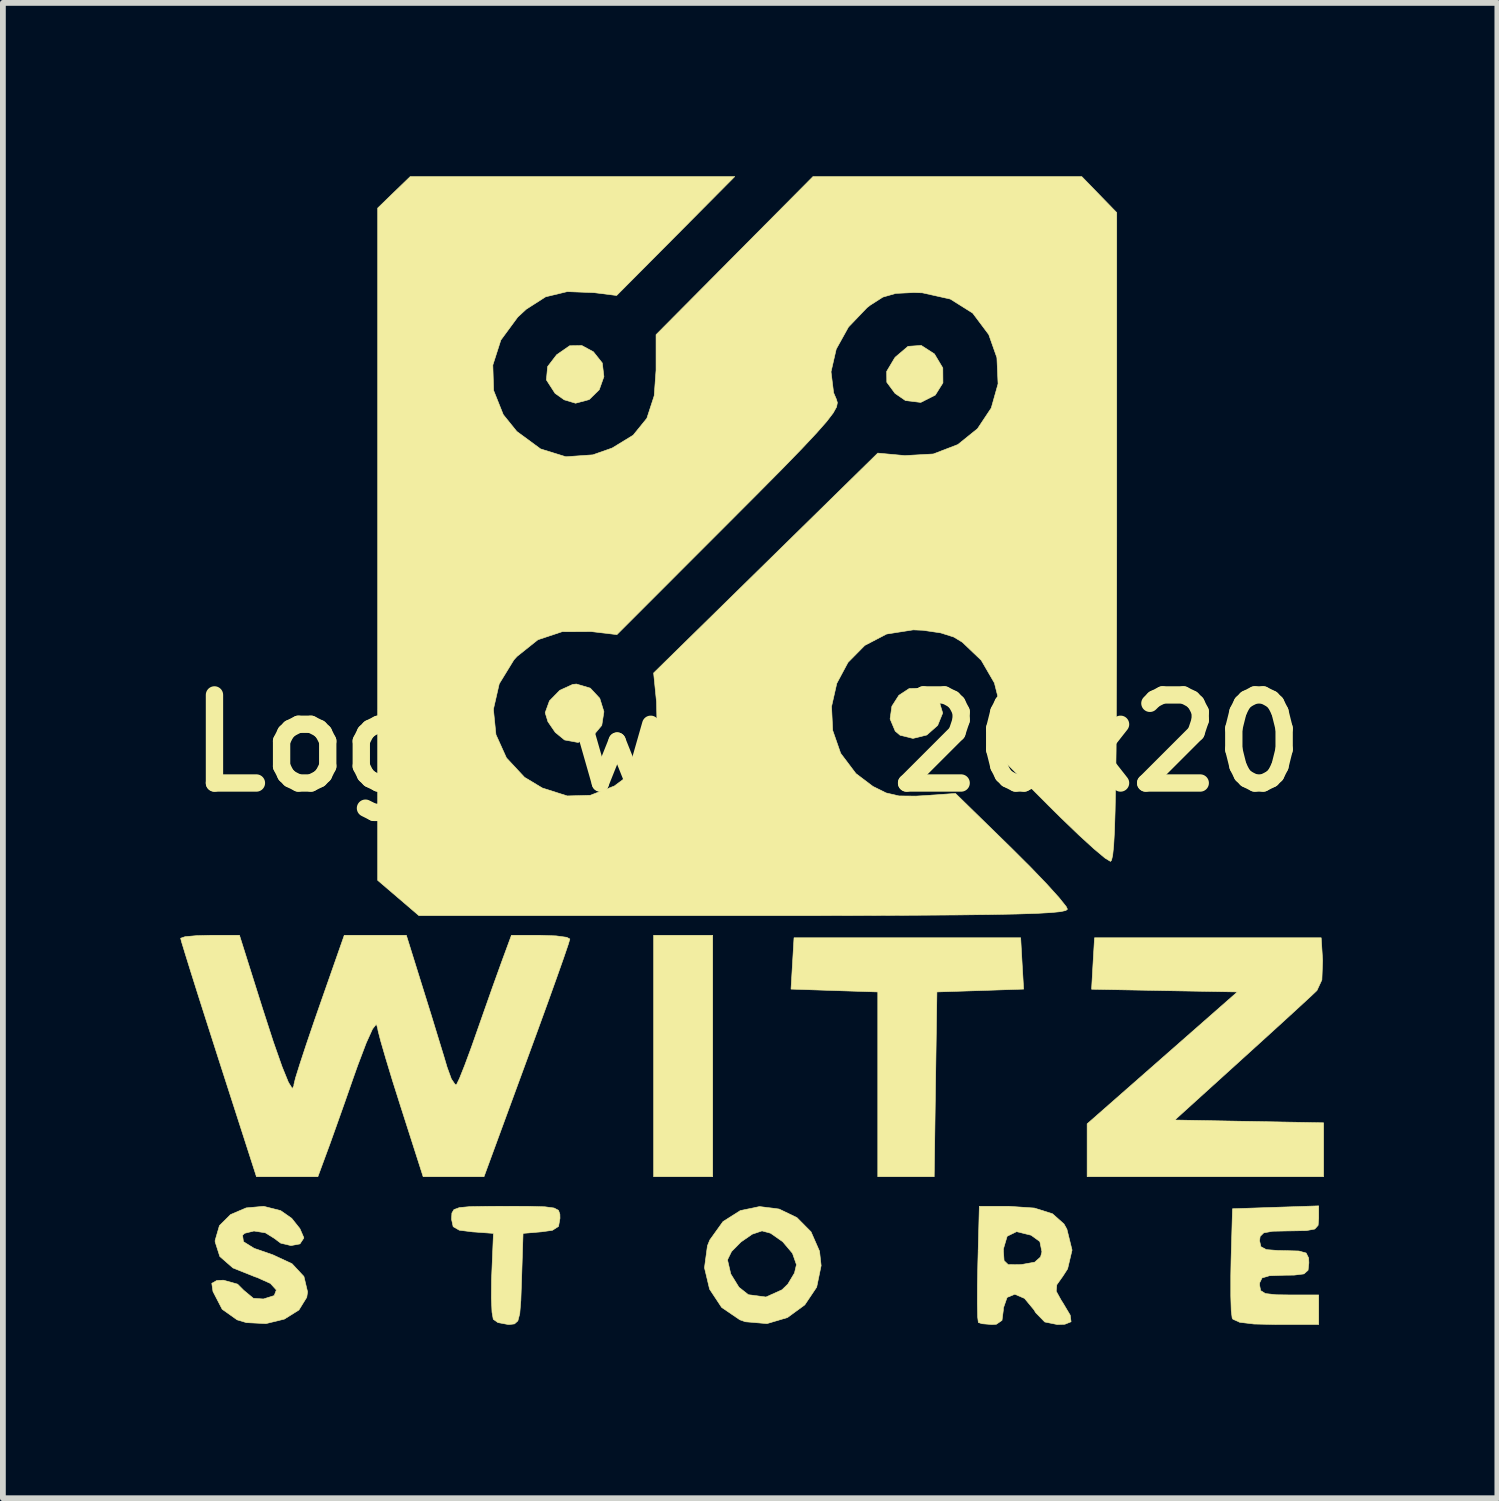
<source format=kicad_pcb>
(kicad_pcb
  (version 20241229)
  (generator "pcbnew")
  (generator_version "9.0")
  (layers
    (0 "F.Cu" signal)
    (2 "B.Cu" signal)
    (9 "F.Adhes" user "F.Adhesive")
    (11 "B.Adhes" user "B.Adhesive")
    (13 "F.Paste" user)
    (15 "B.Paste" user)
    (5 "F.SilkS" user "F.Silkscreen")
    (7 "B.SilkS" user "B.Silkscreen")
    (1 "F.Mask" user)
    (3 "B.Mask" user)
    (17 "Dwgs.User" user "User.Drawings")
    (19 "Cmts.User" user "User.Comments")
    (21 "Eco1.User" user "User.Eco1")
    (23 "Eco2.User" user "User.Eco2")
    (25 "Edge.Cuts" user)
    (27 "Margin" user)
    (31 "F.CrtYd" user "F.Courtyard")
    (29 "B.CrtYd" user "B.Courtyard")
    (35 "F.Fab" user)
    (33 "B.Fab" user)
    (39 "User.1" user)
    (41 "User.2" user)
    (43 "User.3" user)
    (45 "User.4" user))
  (footprint "Logo witz 20x20"
    (layer "F.Cu")
    (at 9.877 9.807)
    (property "Reference" "Logo witz 20x20" (at 0 0 0) (layer "F.SilkS") (effects (font (size 1.524 1.524) (thickness 0.3))))
    (attr through_hole)
    (fp_poly (pts (xy -0.597 7.501) (xy -1.619 7.501) (xy -1.619 3.324) (xy -0.597 3.324) (xy -0.597 7.501)) (stroke (width 0.01) (type solid)) (fill yes) (layer "F.SilkS"))
    (fp_poly (pts (xy -2.661 -6.771) (xy -2.507 -6.577) (xy -2.479 -6.341) (xy -2.56 -6.114) (xy -2.734 -5.944) (xy -2.969 -5.881) (xy -3.166 -5.94) (xy -3.324 -6.052) (xy -3.474 -6.284) (xy -3.453 -6.515) (xy -3.297 -6.719) (xy -3.072 -6.875) (xy -2.861 -6.879) (xy -2.661 -6.771)) (stroke (width 0.01) (type solid)) (fill yes) (layer "F.SilkS"))
    (fp_poly (pts (xy 3.106 -0.906) (xy 3.324 -0.714) (xy 3.382 -0.521) (xy 3.295 -0.307) (xy 3.107 -0.141) (xy 2.868 -0.082) (xy 2.645 -0.137) (xy 2.561 -0.208) (xy 2.472 -0.419) (xy 2.503 -0.639) (xy 2.624 -0.828) (xy 2.803 -0.945) (xy 3.01 -0.951) (xy 3.106 -0.906)) (stroke (width 0.01) (type solid)) (fill yes) (layer "F.SilkS"))
    (fp_poly (pts (xy 3.239 -6.734) (xy 3.384 -6.491) (xy 3.386 -6.233) (xy 3.254 -6.022) (xy 3.003 -5.895) (xy 2.738 -5.927) (xy 2.557 -6.052) (xy 2.415 -6.244) (xy 2.413 -6.432) (xy 2.551 -6.664) (xy 2.563 -6.679) (xy 2.782 -6.865) (xy 3.011 -6.881) (xy 3.239 -6.734)) (stroke (width 0.01) (type solid)) (fill yes) (layer "F.SilkS"))
    (fp_poly (pts (xy 4.756 3.811) (xy 4.782 4.255) (xy 4.032 4.28) (xy 3.282 4.304) (xy 3.258 5.903) (xy 3.235 7.501) (xy 2.259 7.501) (xy 2.259 4.304) (xy 1.509 4.28) (xy 0.758 4.255) (xy 0.784 3.811) (xy 0.81 3.367) (xy 4.731 3.367) (xy 4.756 3.811)) (stroke (width 0.01) (type solid)) (fill yes) (layer "F.SilkS"))
    (fp_poly (pts (xy -2.715 -0.952) (xy -2.551 -0.776) (xy -2.479 -0.544) (xy -2.516 -0.308) (xy -2.661 -0.133) (xy -2.926 -0.012) (xy -3.16 -0.055) (xy -3.321 -0.187) (xy -3.448 -0.372) (xy -3.495 -0.527) (xy -3.421 -0.732) (xy -3.243 -0.914) (xy -3.02 -1.016) (xy -2.954 -1.023) (xy -2.715 -0.952)) (stroke (width 0.01) (type solid)) (fill yes) (layer "F.SilkS"))
    (fp_poly (pts (xy 9.955 3.761) (xy 9.942 4.096) (xy 9.857 4.279) (xy 9.757 4.374) (xy 9.552 4.563) (xy 9.266 4.825) (xy 8.921 5.139) (xy 8.565 5.462) (xy 7.397 6.52) (xy 9.972 6.568) (xy 9.972 7.501) (xy 5.881 7.501) (xy 5.881 6.586) (xy 8.48 4.304) (xy 7.219 4.281) (xy 5.958 4.257) (xy 5.983 3.812) (xy 6.009 3.367) (xy 9.93 3.367) (xy 9.955 3.761)) (stroke (width 0.01) (type solid)) (fill yes) (layer "F.SilkS"))
    (fp_poly (pts (xy -3.767 8.013) (xy -3.499 8.021) (xy -3.341 8.042) (xy -3.265 8.082) (xy -3.241 8.149) (xy -3.239 8.22) (xy -3.264 8.36) (xy -3.37 8.428) (xy -3.559 8.454) (xy -3.878 8.481) (xy -3.903 9.269) (xy -3.916 9.639) (xy -3.935 9.87) (xy -3.968 9.995) (xy -4.026 10.047) (xy -4.117 10.058) (xy -4.132 10.058) (xy -4.313 10.024) (xy -4.393 9.967) (xy -4.415 9.845) (xy -4.426 9.599) (xy -4.423 9.276) (xy -4.419 9.179) (xy -4.39 8.481) (xy -4.752 8.455) (xy -4.981 8.426) (xy -5.087 8.365) (xy -5.114 8.242) (xy -5.114 8.22) (xy -5.109 8.129) (xy -5.074 8.07) (xy -4.98 8.035) (xy -4.797 8.018) (xy -4.495 8.013) (xy -4.177 8.012) (xy -3.767 8.013)) (stroke (width 0.01) (type solid)) (fill yes) (layer "F.SilkS"))
    (fp_poly (pts (xy 0.552 8.06) (xy 0.86 8.208) (xy 1.104 8.454) (xy 1.251 8.789) (xy 1.279 9.039) (xy 1.202 9.411) (xy 0.996 9.718) (xy 0.697 9.937) (xy 0.342 10.042) (xy -0.032 10.01) (xy -0.128 9.976) (xy -0.442 9.762) (xy -0.651 9.446) (xy -0.739 9.076) (xy -0.721 8.94) (xy -0.341 8.94) (xy -0.284 9.184) (xy -0.143 9.413) (xy 0.02 9.542) (xy 0.325 9.582) (xy 0.602 9.457) (xy 0.703 9.359) (xy 0.818 9.167) (xy 0.852 9.022) (xy 0.783 8.825) (xy 0.614 8.625) (xy 0.404 8.478) (xy 0.256 8.438) (xy 0.087 8.495) (xy -0.108 8.63) (xy -0.271 8.795) (xy -0.341 8.938) (xy -0.341 8.94) (xy -0.721 8.94) (xy -0.688 8.696) (xy -0.647 8.595) (xy -0.419 8.277) (xy -0.12 8.087) (xy 0.214 8.017) (xy 0.552 8.06)) (stroke (width 0.01) (type solid)) (fill yes) (layer "F.SilkS"))
    (fp_poly (pts (xy 9.887 8.222) (xy 9.877 8.342) (xy 9.819 8.406) (xy 9.673 8.433) (xy 9.4 8.438) (xy 9.376 8.438) (xy 9.09 8.444) (xy 8.936 8.472) (xy 8.874 8.533) (xy 8.864 8.609) (xy 8.887 8.711) (xy 8.982 8.762) (xy 9.192 8.778) (xy 9.291 8.779) (xy 9.544 8.786) (xy 9.67 8.821) (xy 9.713 8.907) (xy 9.717 8.992) (xy 9.703 9.119) (xy 9.632 9.182) (xy 9.462 9.203) (xy 9.291 9.205) (xy 9.035 9.214) (xy 8.907 9.252) (xy 8.866 9.336) (xy 8.864 9.376) (xy 8.883 9.471) (xy 8.965 9.522) (xy 9.149 9.543) (xy 9.376 9.546) (xy 9.887 9.546) (xy 9.887 10.058) (xy 9.16 10.058) (xy 8.765 10.049) (xy 8.52 10.019) (xy 8.403 9.966) (xy 8.39 9.945) (xy 8.374 9.817) (xy 8.366 9.56) (xy 8.366 9.215) (xy 8.371 8.944) (xy 8.396 8.055) (xy 9.141 8.03) (xy 9.887 8.005) (xy 9.887 8.222)) (stroke (width 0.01) (type solid)) (fill yes) (layer "F.SilkS"))
    (fp_poly (pts (xy -8.072 8.087) (xy -7.88 8.221) (xy -7.738 8.4) (xy -7.672 8.552) (xy -7.671 8.562) (xy -7.738 8.663) (xy -7.893 8.692) (xy -8.071 8.65) (xy -8.183 8.566) (xy -8.336 8.471) (xy -8.535 8.44) (xy -8.697 8.48) (xy -8.731 8.514) (xy -8.715 8.625) (xy -8.53 8.74) (xy -8.204 8.853) (xy -7.875 9.006) (xy -7.669 9.227) (xy -7.606 9.493) (xy -7.62 9.587) (xy -7.756 9.807) (xy -8.007 9.964) (xy -8.326 10.042) (xy -8.664 10.025) (xy -8.825 9.977) (xy -9.083 9.794) (xy -9.243 9.485) (xy -9.243 9.482) (xy -9.263 9.345) (xy -9.176 9.296) (xy -9.061 9.291) (xy -8.817 9.359) (xy -8.71 9.466) (xy -8.544 9.604) (xy -8.37 9.616) (xy -8.183 9.557) (xy -8.146 9.46) (xy -8.249 9.347) (xy -8.483 9.242) (xy -8.515 9.232) (xy -8.897 9.079) (xy -9.124 8.881) (xy -9.205 8.628) (xy -9.205 8.602) (xy -9.131 8.347) (xy -8.938 8.155) (xy -8.668 8.04) (xy -8.365 8.013) (xy -8.072 8.087)) (stroke (width 0.01) (type solid)) (fill yes) (layer "F.SilkS"))
    (fp_poly (pts (xy 4.969 8.043) (xy 5.282 8.142) (xy 5.48 8.318) (xy 5.531 8.409) (xy 5.62 8.77) (xy 5.543 9.095) (xy 5.461 9.222) (xy 5.356 9.37) (xy 5.346 9.482) (xy 5.432 9.638) (xy 5.46 9.681) (xy 5.588 9.896) (xy 5.603 10.01) (xy 5.496 10.053) (xy 5.366 10.058) (xy 5.148 10.014) (xy 4.991 9.853) (xy 4.961 9.803) (xy 4.798 9.606) (xy 4.63 9.534) (xy 4.496 9.589) (xy 4.433 9.77) (xy 4.432 9.802) (xy 4.408 9.986) (xy 4.311 10.053) (xy 4.233 10.058) (xy 4.064 10.044) (xy 3.999 10.023) (xy 3.987 9.928) (xy 3.982 9.699) (xy 3.983 9.37) (xy 3.99 9) (xy 3.996 8.782) (xy 4.432 8.782) (xy 4.444 8.953) (xy 4.515 9.021) (xy 4.693 9.023) (xy 4.752 9.019) (xy 4.974 8.979) (xy 5.075 8.889) (xy 5.099 8.801) (xy 5.063 8.623) (xy 4.912 8.513) (xy 4.659 8.451) (xy 4.497 8.531) (xy 4.433 8.748) (xy 4.432 8.782) (xy 3.996 8.782) (xy 4.016 8.012) (xy 4.519 8.012) (xy 4.969 8.043)) (stroke (width 0.01) (type solid)) (fill yes) (layer "F.SilkS"))
    (fp_poly (pts (xy -8.388 4.581) (xy -8.198 5.168) (xy -8.047 5.598) (xy -7.937 5.868) (xy -7.869 5.977) (xy -7.842 5.924) (xy -7.842 5.905) (xy -7.815 5.794) (xy -7.74 5.554) (xy -7.628 5.213) (xy -7.488 4.802) (xy -7.406 4.566) (xy -6.971 3.324) (xy -5.897 3.324) (xy -5.598 4.283) (xy -5.467 4.703) (xy -5.345 5.102) (xy -5.245 5.428) (xy -5.192 5.607) (xy -5.118 5.81) (xy -5.051 5.908) (xy -5.028 5.905) (xy -4.978 5.801) (xy -4.887 5.573) (xy -4.771 5.259) (xy -4.69 5.029) (xy -4.547 4.622) (xy -4.405 4.219) (xy -4.284 3.883) (xy -4.244 3.772) (xy -4.079 3.324) (xy -3.574 3.324) (xy -3.306 3.334) (xy -3.122 3.359) (xy -3.068 3.388) (xy -3.096 3.482) (xy -3.175 3.714) (xy -3.298 4.062) (xy -3.456 4.503) (xy -3.642 5.015) (xy -3.811 5.476) (xy -4.554 7.501) (xy -5.606 7.501) (xy -5.999 6.273) (xy -6.137 5.837) (xy -6.253 5.454) (xy -6.34 5.155) (xy -6.387 4.973) (xy -6.393 4.935) (xy -6.415 4.86) (xy -6.482 4.945) (xy -6.591 5.186) (xy -6.74 5.579) (xy -6.817 5.796) (xy -6.959 6.203) (xy -7.102 6.606) (xy -7.222 6.942) (xy -7.263 7.053) (xy -7.428 7.501) (xy -8.49 7.501) (xy -9.146 5.463) (xy -9.325 4.904) (xy -9.486 4.4) (xy -9.621 3.972) (xy -9.723 3.644) (xy -9.786 3.438) (xy -9.802 3.375) (xy -9.725 3.348) (xy -9.523 3.33) (xy -9.293 3.324) (xy -8.784 3.324) (xy -8.388 4.581)) (stroke (width 0.01) (type solid)) (fill yes) (layer "F.SilkS"))
    (fp_poly (pts (xy -1.237 -8.773) (xy -2.259 -7.745) (xy -2.648 -7.794) (xy -3.113 -7.812) (xy -3.487 -7.722) (xy -3.823 -7.507) (xy -3.97 -7.371) (xy -4.262 -6.974) (xy -4.401 -6.541) (xy -4.387 -6.101) (xy -4.22 -5.683) (xy -3.986 -5.393) (xy -3.574 -5.09) (xy -3.137 -4.955) (xy -2.671 -4.988) (xy -2.336 -5.106) (xy -1.973 -5.328) (xy -1.736 -5.62) (xy -1.609 -6.01) (xy -1.577 -6.453) (xy -1.577 -7.067) (xy -0.219 -8.435) (xy 1.138 -9.802) (xy 5.788 -9.802) (xy 6.09 -9.491) (xy 6.393 -9.179) (xy 6.393 -3.567) (xy 6.392 -2.411) (xy 6.39 -1.416) (xy 6.387 -0.57) (xy 6.382 0.136) (xy 6.374 0.713) (xy 6.365 1.171) (xy 6.354 1.521) (xy 6.34 1.773) (xy 6.323 1.938) (xy 6.303 2.025) (xy 6.285 2.046) (xy 6.19 1.988) (xy 6 1.829) (xy 5.737 1.589) (xy 5.424 1.288) (xy 5.22 1.086) (xy 4.264 0.127) (xy 4.352 -0.191) (xy 4.385 -0.612) (xy 4.277 -1.041) (xy 4.049 -1.434) (xy 3.721 -1.747) (xy 3.574 -1.836) (xy 3.347 -1.908) (xy 3.04 -1.953) (xy 2.872 -1.96) (xy 2.412 -1.888) (xy 2.034 -1.691) (xy 1.744 -1.397) (xy 1.55 -1.035) (xy 1.459 -0.634) (xy 1.479 -0.22) (xy 1.617 0.176) (xy 1.881 0.526) (xy 2.175 0.748) (xy 2.403 0.861) (xy 2.626 0.913) (xy 2.918 0.916) (xy 3.059 0.908) (xy 3.603 0.87) (xy 4.572 1.816) (xy 4.902 2.145) (xy 5.184 2.439) (xy 5.396 2.674) (xy 5.519 2.828) (xy 5.54 2.873) (xy 5.512 2.895) (xy 5.421 2.915) (xy 5.257 2.931) (xy 5.007 2.945) (xy 4.663 2.956) (xy 4.213 2.965) (xy 3.647 2.972) (xy 2.953 2.977) (xy 2.121 2.981) (xy 1.142 2.983) (xy 0.003 2.983) (xy -0.07 2.983) (xy -5.68 2.983) (xy -6.393 2.373) (xy -6.393 -0.586) (xy -4.391 -0.586) (xy -4.347 -0.148) (xy -4.165 0.255) (xy -3.852 0.591) (xy -3.544 0.776) (xy -3.113 0.913) (xy -2.715 0.902) (xy -2.298 0.741) (xy -1.911 0.451) (xy -1.664 0.065) (xy -1.562 -0.408) (xy -1.569 -0.714) (xy -1.619 -1.214) (xy 0.32 -3.116) (xy 2.259 -5.018) (xy 2.728 -4.975) (xy 3.22 -5.003) (xy 3.644 -5.166) (xy 3.984 -5.44) (xy 4.222 -5.798) (xy 4.34 -6.217) (xy 4.32 -6.669) (xy 4.179 -7.069) (xy 3.901 -7.44) (xy 3.514 -7.683) (xy 3.031 -7.791) (xy 2.883 -7.796) (xy 2.571 -7.781) (xy 2.347 -7.717) (xy 2.131 -7.579) (xy 2.073 -7.534) (xy 1.752 -7.199) (xy 1.54 -6.817) (xy 1.45 -6.425) (xy 1.495 -6.061) (xy 1.543 -5.949) (xy 1.56 -5.891) (xy 1.546 -5.817) (xy 1.488 -5.713) (xy 1.376 -5.566) (xy 1.198 -5.364) (xy 0.943 -5.092) (xy 0.599 -4.738) (xy 0.154 -4.289) (xy -0.308 -3.826) (xy -2.254 -1.878) (xy -2.693 -1.93) (xy -3.2 -1.929) (xy -3.621 -1.789) (xy -3.983 -1.5) (xy -4.037 -1.44) (xy -4.29 -1.027) (xy -4.391 -0.586) (xy -6.393 -0.586) (xy -6.393 -9.257) (xy -6.112 -9.53) (xy -5.83 -9.802) (xy -0.216 -9.802) (xy -1.237 -8.773)) (stroke (width 0.01) (type solid)) (fill yes) (layer "F.SilkS")))
  (gr_rect
    (start -3 -3)
    (end 22.855 22.87)
    (stroke (width 0.1) (type default))
    (fill no)
    (layer "Edge.Cuts")))
</source>
